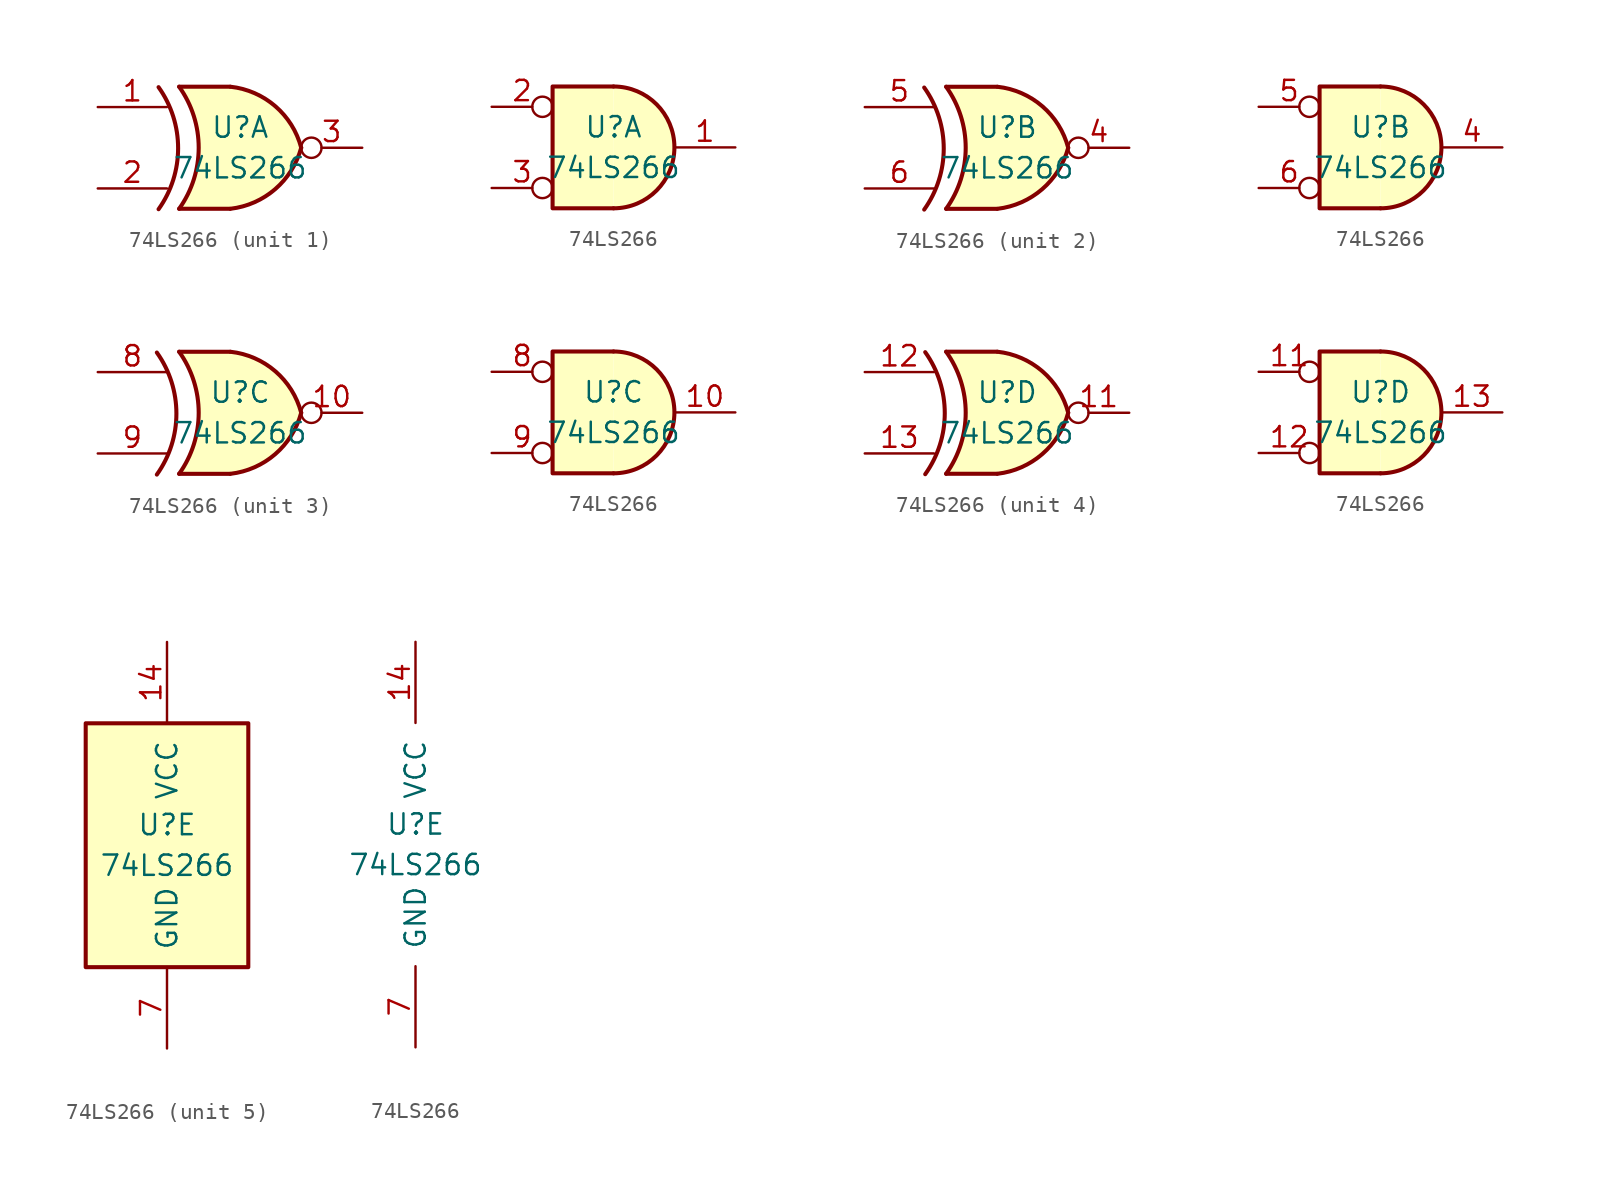
<source format=kicad_sym>
(kicad_symbol_lib
  (version 20220914)
  (generator kicad_symbol_editor)
  (symbol "74LS266"
    (pin_names
      (offset 1.016))
    (property "Reference" "U"
      (at 0 1.27 0)
      (effects (font (size 1.27 1.27))))
    (property "Value" "74LS266"
      (at 0 -1.27 0)
      (effects (font (size 1.27 1.27))))
    (property "ki_locked" ""
      (at 0 0 0)
      (effects (font (size 1.27 1.27))))
    (symbol "74LS266_1_1"
      (arc (start -5.0951 -3.8374) (mid -3.8741 -0.0274) (end -5.0951 3.7826) (stroke (width 0.254) (type default)) (fill (type none)))
      (arc (start -3.81 -3.81) (mid -2.589 0) (end -3.81 3.81) (stroke (width 0.254) (type default)) (fill (type none)))
      (arc (start -0.6096 -3.81) (mid 2.1842 -2.5851) (end 3.81 0) (stroke (width 0.254) (type default)) (fill (type background)))
      (polyline (pts (xy -3.81 -3.81) (xy -0.635 -3.81)) (stroke (width 0.254) (type default)) (fill (type background)))
      (polyline (pts (xy -3.81 3.81) (xy -0.635 3.81)) (stroke (width 0.254) (type default)) (fill (type background)))
      (polyline (pts (xy -0.635 3.81) (xy -3.81 3.81) (xy -3.81 3.81) (xy -3.556 3.404) (xy -3.023 2.261) (xy -2.692 1.041) (xy -2.616 -0.254) (xy -2.769 -1.499) (xy -3.175 -2.718) (xy -3.81 -3.81) (xy -3.81 -3.81) (xy -0.635 -3.81)) (stroke (width -25.4) (type default)) (fill (type background)))
      (arc (start 3.81 0) (mid 2.1915 2.5936) (end -0.6096 3.81) (stroke (width 0.254) (type default)) (fill (type background)))
      (pin input line (at -8.89 2.54 0) (length 4.318) (name "~" (effects (font (size 1.27 1.27)))) (number "1" (effects (font (size 1.27 1.27)))))
      (pin input line (at -8.89 -2.54 0) (length 4.318) (name "~" (effects (font (size 1.27 1.27)))) (number "2" (effects (font (size 1.27 1.27)))))
      (pin output inverted (at 7.62 0 180) (length 3.81) (name "~" (effects (font (size 1.27 1.27)))) (number "3" (effects (font (size 1.27 1.27))))))
    (symbol "74LS266_1_2"
      (arc (start 0 -3.81) (mid 3.7934 0) (end 0 3.81) (stroke (width 0.254) (type default)) (fill (type background)))
      (polyline (pts (xy 0 3.81) (xy -3.81 3.81) (xy -3.81 -3.81) (xy 0 -3.81)) (stroke (width 0.254) (type default)) (fill (type background)))
      (pin output line (at 7.62 0 180) (length 3.81) (name "~" (effects (font (size 1.27 1.27)))) (number "1" (effects (font (size 1.27 1.27)))))
      (pin input inverted (at -7.62 2.54 0) (length 3.81) (name "~" (effects (font (size 1.27 1.27)))) (number "2" (effects (font (size 1.27 1.27)))))
      (pin input inverted (at -7.62 -2.54 0) (length 3.81) (name "~" (effects (font (size 1.27 1.27)))) (number "3" (effects (font (size 1.27 1.27))))))
    (symbol "74LS266_2_1"
      (arc (start -5.1807 -3.8588) (mid -3.9597 -0.0488) (end -5.1807 3.7612) (stroke (width 0.254) (type default)) (fill (type none)))
      (arc (start -3.81 -3.81) (mid -2.589 0) (end -3.81 3.81) (stroke (width 0.254) (type default)) (fill (type none)))
      (arc (start -0.6096 -3.81) (mid 2.1842 -2.5851) (end 3.81 0) (stroke (width 0.254) (type default)) (fill (type background)))
      (polyline (pts (xy -3.81 -3.81) (xy -0.635 -3.81)) (stroke (width 0.254) (type default)) (fill (type background)))
      (polyline (pts (xy -3.81 3.81) (xy -0.635 3.81)) (stroke (width 0.254) (type default)) (fill (type background)))
      (polyline (pts (xy -0.635 3.81) (xy -3.81 3.81) (xy -3.81 3.81) (xy -3.556 3.404) (xy -3.023 2.261) (xy -2.692 1.041) (xy -2.616 -0.254) (xy -2.769 -1.499) (xy -3.175 -2.718) (xy -3.81 -3.81) (xy -3.81 -3.81) (xy -0.635 -3.81)) (stroke (width -25.4) (type default)) (fill (type background)))
      (arc (start 3.81 0) (mid 2.1915 2.5936) (end -0.6096 3.81) (stroke (width 0.254) (type default)) (fill (type background)))
      (pin output inverted (at 7.62 0 180) (length 3.81) (name "~" (effects (font (size 1.27 1.27)))) (number "4" (effects (font (size 1.27 1.27)))))
      (pin input line (at -8.89 2.54 0) (length 4.318) (name "~" (effects (font (size 1.27 1.27)))) (number "5" (effects (font (size 1.27 1.27)))))
      (pin input line (at -8.89 -2.54 0) (length 4.318) (name "~" (effects (font (size 1.27 1.27)))) (number "6" (effects (font (size 1.27 1.27))))))
    (symbol "74LS266_2_2"
      (arc (start 0 -3.81) (mid 3.7934 0) (end 0 3.81) (stroke (width 0.254) (type default)) (fill (type background)))
      (polyline (pts (xy 0 3.81) (xy -3.81 3.81) (xy -3.81 -3.81) (xy 0 -3.81)) (stroke (width 0.254) (type default)) (fill (type background)))
      (pin output line (at 7.62 0 180) (length 3.81) (name "~" (effects (font (size 1.27 1.27)))) (number "4" (effects (font (size 1.27 1.27)))))
      (pin input inverted (at -7.62 2.54 0) (length 3.81) (name "~" (effects (font (size 1.27 1.27)))) (number "5" (effects (font (size 1.27 1.27)))))
      (pin input inverted (at -7.62 -2.54 0) (length 3.81) (name "~" (effects (font (size 1.27 1.27)))) (number "6" (effects (font (size 1.27 1.27))))))
    (symbol "74LS266_3_1"
      (arc (start -5.2021 -3.8588) (mid -3.9811 -0.0488) (end -5.2021 3.7612) (stroke (width 0.254) (type default)) (fill (type none)))
      (arc (start -3.81 -3.81) (mid -2.589 0) (end -3.81 3.81) (stroke (width 0.254) (type default)) (fill (type none)))
      (arc (start -0.6096 -3.81) (mid 2.1842 -2.5851) (end 3.81 0) (stroke (width 0.254) (type default)) (fill (type background)))
      (polyline (pts (xy -3.81 -3.81) (xy -0.635 -3.81)) (stroke (width 0.254) (type default)) (fill (type background)))
      (polyline (pts (xy -3.81 3.81) (xy -0.635 3.81)) (stroke (width 0.254) (type default)) (fill (type background)))
      (polyline (pts (xy -0.635 3.81) (xy -3.81 3.81) (xy -3.81 3.81) (xy -3.556 3.404) (xy -3.023 2.261) (xy -2.692 1.041) (xy -2.616 -0.254) (xy -2.769 -1.499) (xy -3.175 -2.718) (xy -3.81 -3.81) (xy -3.81 -3.81) (xy -0.635 -3.81)) (stroke (width -25.4) (type default)) (fill (type background)))
      (arc (start 3.81 0) (mid 2.1915 2.5936) (end -0.6096 3.81) (stroke (width 0.254) (type default)) (fill (type background)))
      (pin output inverted (at 7.62 0 180) (length 3.81) (name "~" (effects (font (size 1.27 1.27)))) (number "10" (effects (font (size 1.27 1.27)))))
      (pin input line (at -8.89 2.54 0) (length 4.318) (name "~" (effects (font (size 1.27 1.27)))) (number "8" (effects (font (size 1.27 1.27)))))
      (pin input line (at -8.89 -2.54 0) (length 4.318) (name "~" (effects (font (size 1.27 1.27)))) (number "9" (effects (font (size 1.27 1.27))))))
    (symbol "74LS266_3_2"
      (arc (start 0 -3.81) (mid 3.7934 0) (end 0 3.81) (stroke (width 0.254) (type default)) (fill (type background)))
      (polyline (pts (xy 0 3.81) (xy -3.81 3.81) (xy -3.81 -3.81) (xy 0 -3.81)) (stroke (width 0.254) (type default)) (fill (type background)))
      (pin output line (at 7.62 0 180) (length 3.81) (name "~" (effects (font (size 1.27 1.27)))) (number "10" (effects (font (size 1.27 1.27)))))
      (pin input inverted (at -7.62 2.54 0) (length 3.81) (name "~" (effects (font (size 1.27 1.27)))) (number "8" (effects (font (size 1.27 1.27)))))
      (pin input inverted (at -7.62 -2.54 0) (length 3.81) (name "~" (effects (font (size 1.27 1.27)))) (number "9" (effects (font (size 1.27 1.27))))))
    (symbol "74LS266_4_1"
      (arc (start -5.1165 -3.8374) (mid -3.8955 -0.0274) (end -5.1165 3.7826) (stroke (width 0.254) (type default)) (fill (type none)))
      (arc (start -3.81 -3.81) (mid -2.589 0) (end -3.81 3.81) (stroke (width 0.254) (type default)) (fill (type none)))
      (arc (start -0.6096 -3.81) (mid 2.1842 -2.5851) (end 3.81 0) (stroke (width 0.254) (type default)) (fill (type background)))
      (polyline (pts (xy -3.81 -3.81) (xy -0.635 -3.81)) (stroke (width 0.254) (type default)) (fill (type background)))
      (polyline (pts (xy -3.81 3.81) (xy -0.635 3.81)) (stroke (width 0.254) (type default)) (fill (type background)))
      (polyline (pts (xy -0.635 3.81) (xy -3.81 3.81) (xy -3.81 3.81) (xy -3.556 3.404) (xy -3.023 2.261) (xy -2.692 1.041) (xy -2.616 -0.254) (xy -2.769 -1.499) (xy -3.175 -2.718) (xy -3.81 -3.81) (xy -3.81 -3.81) (xy -0.635 -3.81)) (stroke (width -25.4) (type default)) (fill (type background)))
      (arc (start 3.81 0) (mid 2.1915 2.5936) (end -0.6096 3.81) (stroke (width 0.254) (type default)) (fill (type background)))
      (pin output inverted (at 7.62 0 180) (length 3.81) (name "~" (effects (font (size 1.27 1.27)))) (number "11" (effects (font (size 1.27 1.27)))))
      (pin input line (at -8.89 2.54 0) (length 4.318) (name "~" (effects (font (size 1.27 1.27)))) (number "12" (effects (font (size 1.27 1.27)))))
      (pin input line (at -8.89 -2.54 0) (length 4.318) (name "~" (effects (font (size 1.27 1.27)))) (number "13" (effects (font (size 1.27 1.27))))))
    (symbol "74LS266_4_2"
      (arc (start 0 -3.81) (mid 3.7934 0) (end 0 3.81) (stroke (width 0.254) (type default)) (fill (type background)))
      (polyline (pts (xy 0 3.81) (xy -3.81 3.81) (xy -3.81 -3.81) (xy 0 -3.81)) (stroke (width 0.254) (type default)) (fill (type background)))
      (pin input inverted (at -7.62 2.54 0) (length 3.81) (name "~" (effects (font (size 1.27 1.27)))) (number "11" (effects (font (size 1.27 1.27)))))
      (pin input inverted (at -7.62 -2.54 0) (length 3.81) (name "~" (effects (font (size 1.27 1.27)))) (number "12" (effects (font (size 1.27 1.27)))))
      (pin output line (at 7.62 0 180) (length 3.81) (name "~" (effects (font (size 1.27 1.27)))) (number "13" (effects (font (size 1.27 1.27))))))
    (symbol "74LS266_5_0"
      (pin power_in line (at 0 12.7 270) (length 5.08) (name "VCC" (effects (font (size 1.27 1.27)))) (number "14" (effects (font (size 1.27 1.27)))))
      (pin power_in line (at 0 -12.7 90) (length 5.08) (name "GND" (effects (font (size 1.27 1.27)))) (number "7" (effects (font (size 1.27 1.27))))))
    (symbol "74LS266_5_1"
      (rectangle (start -5.08 7.62) (end 5.08 -7.62) (stroke (width 0.254) (type default)) (fill (type background))))))
</source>
